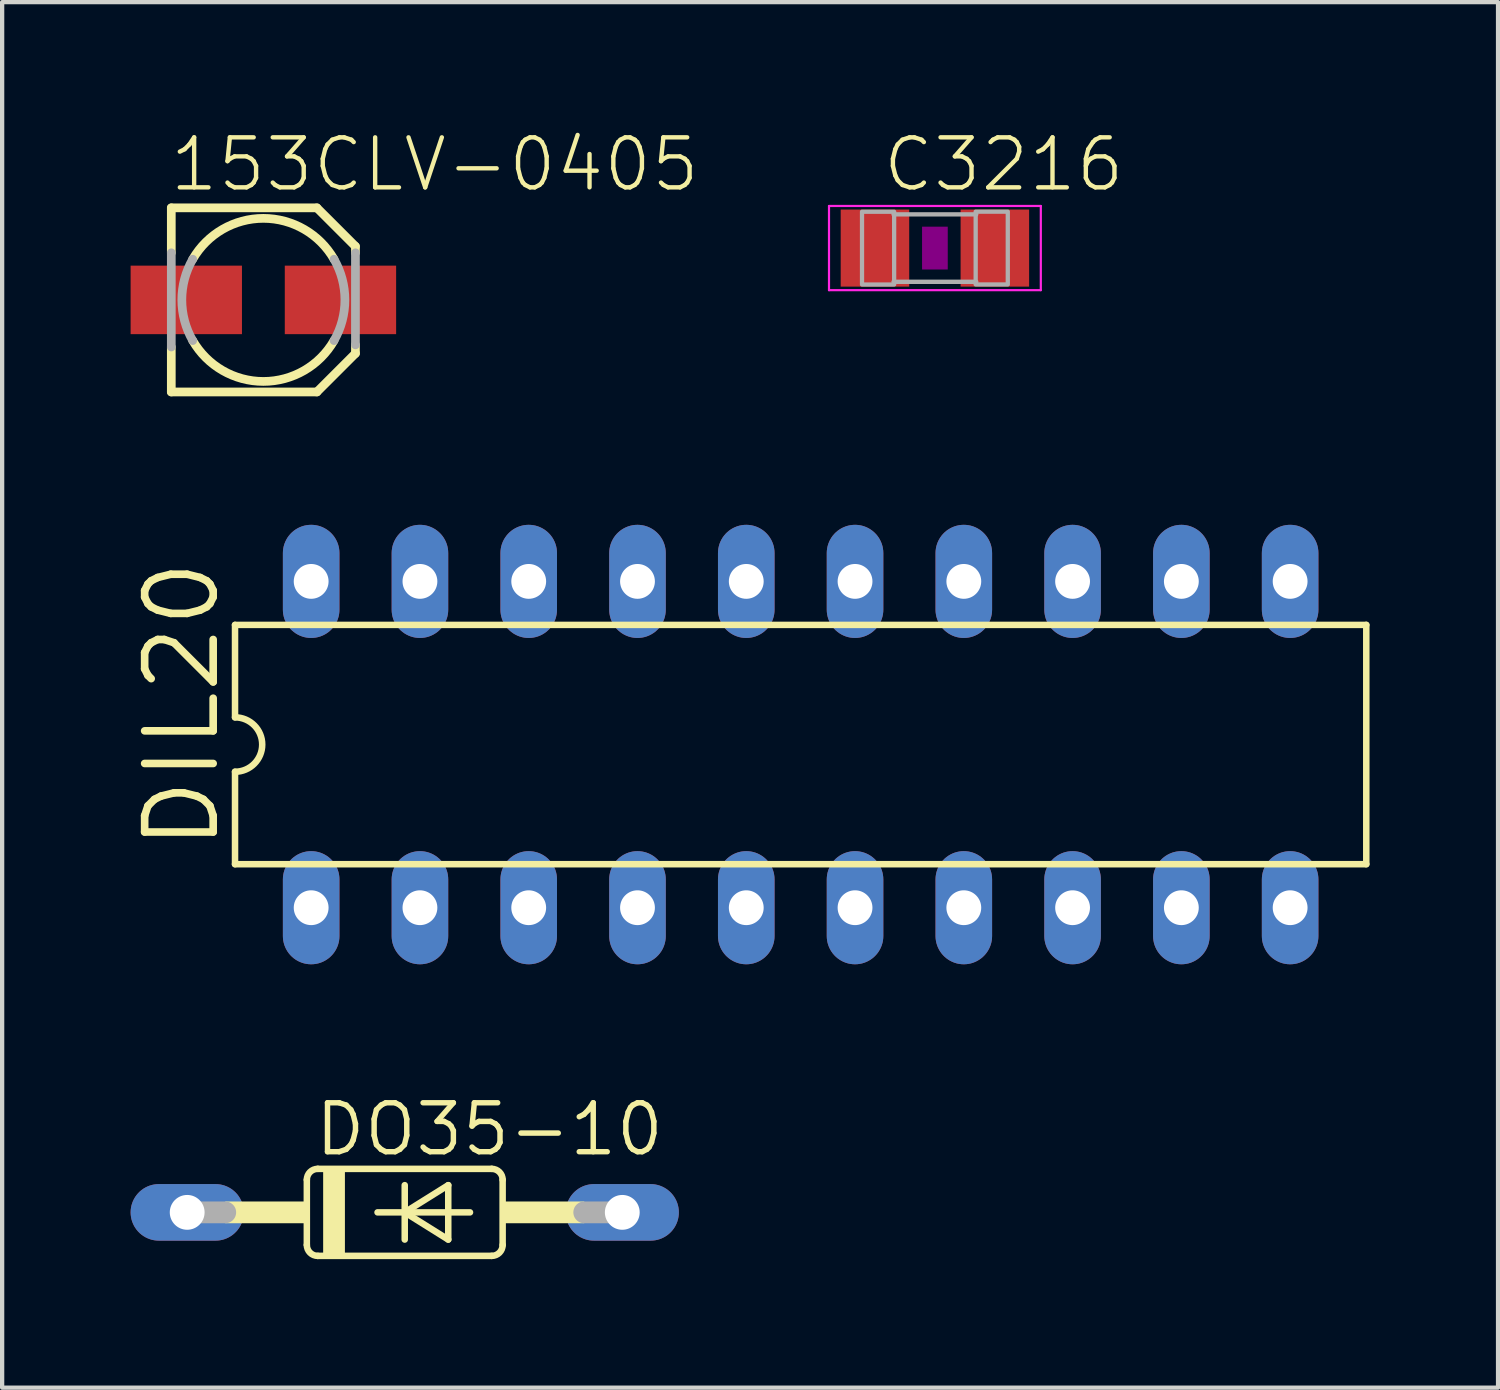
<source format=kicad_pcb>
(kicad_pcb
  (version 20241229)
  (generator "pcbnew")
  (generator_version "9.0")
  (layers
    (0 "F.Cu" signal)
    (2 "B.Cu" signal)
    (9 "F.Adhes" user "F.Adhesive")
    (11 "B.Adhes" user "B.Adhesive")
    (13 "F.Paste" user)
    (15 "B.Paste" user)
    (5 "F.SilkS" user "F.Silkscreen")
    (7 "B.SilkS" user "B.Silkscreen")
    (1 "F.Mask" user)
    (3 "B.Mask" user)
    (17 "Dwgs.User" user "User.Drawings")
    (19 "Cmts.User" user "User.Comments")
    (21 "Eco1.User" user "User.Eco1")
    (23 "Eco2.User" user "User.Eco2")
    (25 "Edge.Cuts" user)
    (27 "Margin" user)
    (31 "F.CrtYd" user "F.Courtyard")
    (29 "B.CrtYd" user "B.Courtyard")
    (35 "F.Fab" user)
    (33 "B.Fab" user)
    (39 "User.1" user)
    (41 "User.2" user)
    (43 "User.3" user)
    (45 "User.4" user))
  (footprint "DIL20"
    (layer "F.Cu")
    (at 15.646 14.336)
    (property "Reference" "DIL20" (at -13.513 2.54 90) (layer "F.SilkS") (effects (font (size 1.6 1.6) (thickness 0.178)) (justify left bottom)))
    (fp_line (start -13.208 -2.794) (end -13.208 -0.635) (stroke (width 0.152) (type solid)) (layer "F.SilkS"))
    (fp_line (start -13.208 -2.794) (end 13.208 -2.794) (stroke (width 0.152) (type solid)) (layer "F.SilkS"))
    (fp_line (start -13.208 0.635) (end -13.208 2.794) (stroke (width 0.152) (type solid)) (layer "F.SilkS"))
    (fp_line (start 13.208 2.794) (end -13.208 2.794) (stroke (width 0.152) (type solid)) (layer "F.SilkS"))
    (fp_line (start 13.208 2.794) (end 13.208 -2.794) (stroke (width 0.152) (type solid)) (layer "F.SilkS"))
    (fp_arc (start -13.208 -0.635) (mid -12.573 0) (end -13.208 0.635) (stroke (width 0.1524) (type solid)) (layer "F.SilkS"))
    (pad "1" thru_hole oval (at -11.43 3.81 90) (size 2.642 1.321) (drill 0.813) (layers "*.Cu" "*.Mask"))
    (pad "2" thru_hole oval (at -8.89 3.81 90) (size 2.642 1.321) (drill 0.813) (layers "*.Cu" "*.Mask"))
    (pad "3" thru_hole oval (at -6.35 3.81 90) (size 2.642 1.321) (drill 0.813) (layers "*.Cu" "*.Mask"))
    (pad "4" thru_hole oval (at -3.81 3.81 90) (size 2.642 1.321) (drill 0.813) (layers "*.Cu" "*.Mask"))
    (pad "5" thru_hole oval (at -1.27 3.81 90) (size 2.642 1.321) (drill 0.813) (layers "*.Cu" "*.Mask"))
    (pad "6" thru_hole oval (at 1.27 3.81 90) (size 2.642 1.321) (drill 0.813) (layers "*.Cu" "*.Mask"))
    (pad "7" thru_hole oval (at 3.81 3.81 90) (size 2.642 1.321) (drill 0.813) (layers "*.Cu" "*.Mask"))
    (pad "8" thru_hole oval (at 6.35 3.81 90) (size 2.642 1.321) (drill 0.813) (layers "*.Cu" "*.Mask"))
    (pad "9" thru_hole oval (at 8.89 3.81 90) (size 2.642 1.321) (drill 0.813) (layers "*.Cu" "*.Mask"))
    (pad "10" thru_hole oval (at 11.43 3.81 90) (size 2.642 1.321) (drill 0.813) (layers "*.Cu" "*.Mask"))
    (pad "11" thru_hole oval (at 11.43 -3.81 90) (size 2.642 1.321) (drill 0.813) (layers "*.Cu" "*.Mask"))
    (pad "12" thru_hole oval (at 8.89 -3.81 90) (size 2.642 1.321) (drill 0.813) (layers "*.Cu" "*.Mask"))
    (pad "13" thru_hole oval (at 6.35 -3.81 90) (size 2.642 1.321) (drill 0.813) (layers "*.Cu" "*.Mask"))
    (pad "14" thru_hole oval (at 3.81 -3.81 90) (size 2.642 1.321) (drill 0.813) (layers "*.Cu" "*.Mask"))
    (pad "15" thru_hole oval (at 1.27 -3.81 90) (size 2.642 1.321) (drill 0.813) (layers "*.Cu" "*.Mask"))
    (pad "16" thru_hole oval (at -1.27 -3.81 90) (size 2.642 1.321) (drill 0.813) (layers "*.Cu" "*.Mask"))
    (pad "17" thru_hole oval (at -3.81 -3.81 90) (size 2.642 1.321) (drill 0.813) (layers "*.Cu" "*.Mask"))
    (pad "18" thru_hole oval (at -6.35 -3.81 90) (size 2.642 1.321) (drill 0.813) (layers "*.Cu" "*.Mask"))
    (pad "19" thru_hole oval (at -8.89 -3.81 90) (size 2.642 1.321) (drill 0.813) (layers "*.Cu" "*.Mask"))
    (pad "20" thru_hole oval (at -11.43 -3.81 90) (size 2.642 1.321) (drill 0.813) (layers "*.Cu" "*.Mask")))
  (footprint "DO35-10"
    (layer "F.Cu")
    (at 6.401 25.26)
    (property "Reference" "DO35-10" (at -2.159 -1.27 0) (layer "F.SilkS") (effects (font (size 1.143 1.143) (thickness 0.127)) (justify left bottom)))
    (fp_line (start -2.286 -0.762) (end -2.286 0.762) (stroke (width 0.152) (type solid)) (layer "F.SilkS"))
    (fp_line (start -2.032 -1.016) (end 2.032 -1.016) (stroke (width 0.152) (type solid)) (layer "F.SilkS"))
    (fp_line (start -2.032 1.016) (end 2.032 1.016) (stroke (width 0.152) (type solid)) (layer "F.SilkS"))
    (fp_line (start -0.635 0) (end 0 0) (stroke (width 0.152) (type solid)) (layer "F.SilkS"))
    (fp_line (start 0 -0.635) (end 0 0) (stroke (width 0.152) (type solid)) (layer "F.SilkS"))
    (fp_line (start 0 0) (end 0 0.635) (stroke (width 0.152) (type solid)) (layer "F.SilkS"))
    (fp_line (start 0 0) (end 1.016 -0.635) (stroke (width 0.152) (type solid)) (layer "F.SilkS"))
    (fp_line (start 0 0) (end 1.524 0) (stroke (width 0.152) (type solid)) (layer "F.SilkS"))
    (fp_line (start 1.016 -0.635) (end 1.016 0.635) (stroke (width 0.152) (type solid)) (layer "F.SilkS"))
    (fp_line (start 1.016 0.635) (end 0 0) (stroke (width 0.152) (type solid)) (layer "F.SilkS"))
    (fp_line (start 2.286 0.762) (end 2.286 -0.762) (stroke (width 0.152) (type solid)) (layer "F.SilkS"))
    (fp_arc (start -2.286 -0.762) (mid -2.211605 -0.941605) (end -2.032 -1.016) (stroke (width 0.1524) (type solid)) (layer "F.SilkS"))
    (fp_arc (start -2.032 1.016) (mid -2.211605 0.941605) (end -2.286 0.762) (stroke (width 0.1524) (type solid)) (layer "F.SilkS"))
    (fp_arc (start 2.032 -1.016) (mid 2.211605 -0.941605) (end 2.286 -0.762) (stroke (width 0.1524) (type solid)) (layer "F.SilkS"))
    (fp_arc (start 2.286 0.762) (mid 2.211605 0.941605) (end 2.032 1.016) (stroke (width 0.1524) (type solid)) (layer "F.SilkS"))
    (fp_poly (pts (xy -4.191 0.254) (xy -2.286 0.254) (xy -2.286 -0.254) (xy -4.191 -0.254)) (stroke (width 0) (type solid)) (fill yes) (layer "F.SilkS"))
    (fp_poly (pts (xy -1.905 1.016) (xy -1.397 1.016) (xy -1.397 -1.016) (xy -1.905 -1.016)) (stroke (width 0) (type solid)) (fill yes) (layer "F.SilkS"))
    (fp_poly (pts (xy 2.286 0.254) (xy 4.191 0.254) (xy 4.191 -0.254) (xy 2.286 -0.254)) (stroke (width 0) (type solid)) (fill yes) (layer "F.SilkS"))
    (fp_line (start -5.08 0) (end -4.191 0) (stroke (width 0.508) (type solid)) (layer "F.Fab"))
    (fp_line (start 5.08 0) (end 4.191 0) (stroke (width 0.508) (type solid)) (layer "F.Fab"))
    (pad "A" thru_hole oval (at 5.08 0) (size 2.642 1.321) (drill 0.813) (layers "*.Cu" "*.Mask"))
    (pad "C" thru_hole oval (at -5.08 0) (size 2.642 1.321) (drill 0.813) (layers "*.Cu" "*.Mask")))
  (footprint "C3216"
    (layer "F.Cu")
    (at 18.781 2.743)
    (property "Reference" "C3216" (at -1.27 -1.27 0) (layer "F.SilkS") (effects (font (size 1.168 1.168) (thickness 0.102)) (justify left bottom)))
    (fp_poly (pts (xy -0.3 0.5) (xy 0.3 0.5) (xy 0.3 -0.5) (xy -0.3 -0.5)) (stroke (width 0) (type solid)) (fill yes) (layer "F.Adhes"))
    (fp_line (start -2.473 -0.983) (end 2.473 -0.983) (stroke (width 0.051) (type solid)) (layer "F.CrtYd"))
    (fp_line (start -2.473 0.983) (end -2.473 -0.983) (stroke (width 0.051) (type solid)) (layer "F.CrtYd"))
    (fp_line (start 2.473 -0.983) (end 2.473 0.983) (stroke (width 0.051) (type solid)) (layer "F.CrtYd"))
    (fp_line (start 2.473 0.983) (end -2.473 0.983) (stroke (width 0.051) (type solid)) (layer "F.CrtYd"))
    (fp_line (start -0.965 -0.787) (end 0.965 -0.787) (stroke (width 0.102) (type solid)) (layer "F.Fab"))
    (fp_line (start -0.965 0.787) (end 0.965 0.787) (stroke (width 0.102) (type solid)) (layer "F.Fab"))
    (fp_poly (pts (xy -1.702 0.851) (xy -0.952 0.851) (xy -0.952 -0.849) (xy -1.702 -0.849)) (stroke (width 0.1) (type solid)) (fill no) (layer "F.Fab"))
    (fp_poly (pts (xy 0.952 0.849) (xy 1.702 0.849) (xy 1.702 -0.851) (xy 0.952 -0.851)) (stroke (width 0.1) (type solid)) (fill no) (layer "F.Fab"))
    (pad "1" smd rect (at -1.4 0) (size 1.6 1.8) (layers "F.Cu" "F.Mask" "F.Paste"))
    (pad "2" smd rect (at 1.4 0) (size 1.6 1.8) (layers "F.Cu" "F.Mask" "F.Paste")))
  (footprint "153CLV-0405"
    (layer "F.Cu")
    (at 3.1 3.953)
    (property "Reference" "153CLV-0405" (at -2.24 -2.48 0) (layer "F.SilkS") (effects (font (size 1.168 1.168) (thickness 0.102)) (justify left bottom)))
    (fp_line (start -2.15 -2.15) (end 1.25 -2.15) (stroke (width 0.203) (type solid)) (layer "F.SilkS"))
    (fp_line (start -2.15 -1.1) (end -2.15 -2.15) (stroke (width 0.203) (type solid)) (layer "F.SilkS"))
    (fp_line (start -2.15 2.15) (end -2.15 1.1) (stroke (width 0.203) (type solid)) (layer "F.SilkS"))
    (fp_line (start 1.25 -2.15) (end 2.15 -1.25) (stroke (width 0.203) (type solid)) (layer "F.SilkS"))
    (fp_line (start 1.25 2.15) (end -2.15 2.15) (stroke (width 0.203) (type solid)) (layer "F.SilkS"))
    (fp_line (start 2.15 -1.25) (end 2.15 -1.1) (stroke (width 0.203) (type solid)) (layer "F.SilkS"))
    (fp_line (start 2.15 1.05) (end 2.15 1.25) (stroke (width 0.203) (type solid)) (layer "F.SilkS"))
    (fp_line (start 2.15 1.25) (end 1.25 2.15) (stroke (width 0.203) (type solid)) (layer "F.SilkS"))
    (fp_arc (start -1.65 -0.95) (mid 0 -1.903943) (end 1.65 -0.95) (stroke (width 0.2032) (type solid)) (layer "F.SilkS"))
    (fp_arc (start 1.65 0.95) (mid 0 1.903943) (end -1.65 0.95) (stroke (width 0.2032) (type solid)) (layer "F.SilkS"))
    (fp_line (start -2.15 1.1) (end -2.15 -1.1) (stroke (width 0.203) (type solid)) (layer "F.Fab"))
    (fp_line (start 2.15 -1.1) (end 2.15 1.05) (stroke (width 0.203) (type solid)) (layer "F.Fab"))
    (fp_arc (start -1.65 0.95) (mid -1.903943 0) (end -1.65 -0.95) (stroke (width 0.2032) (type solid)) (layer "F.Fab"))
    (fp_arc (start 1.65 -0.95) (mid 1.903943 0) (end 1.65 0.95) (stroke (width 0.2032) (type solid)) (layer "F.Fab"))
    (pad "+" smd rect (at 1.8 0) (size 2.6 1.6) (layers "F.Cu" "F.Mask" "F.Paste"))
    (pad "-" smd rect (at -1.8 0) (size 2.6 1.6) (layers "F.Cu" "F.Mask" "F.Paste")))
  (gr_rect
    (start -3 -3)
    (end 31.931 29.353)
    (stroke (width 0.1) (type default))
    (fill no)
    (layer "Edge.Cuts")))
</source>
